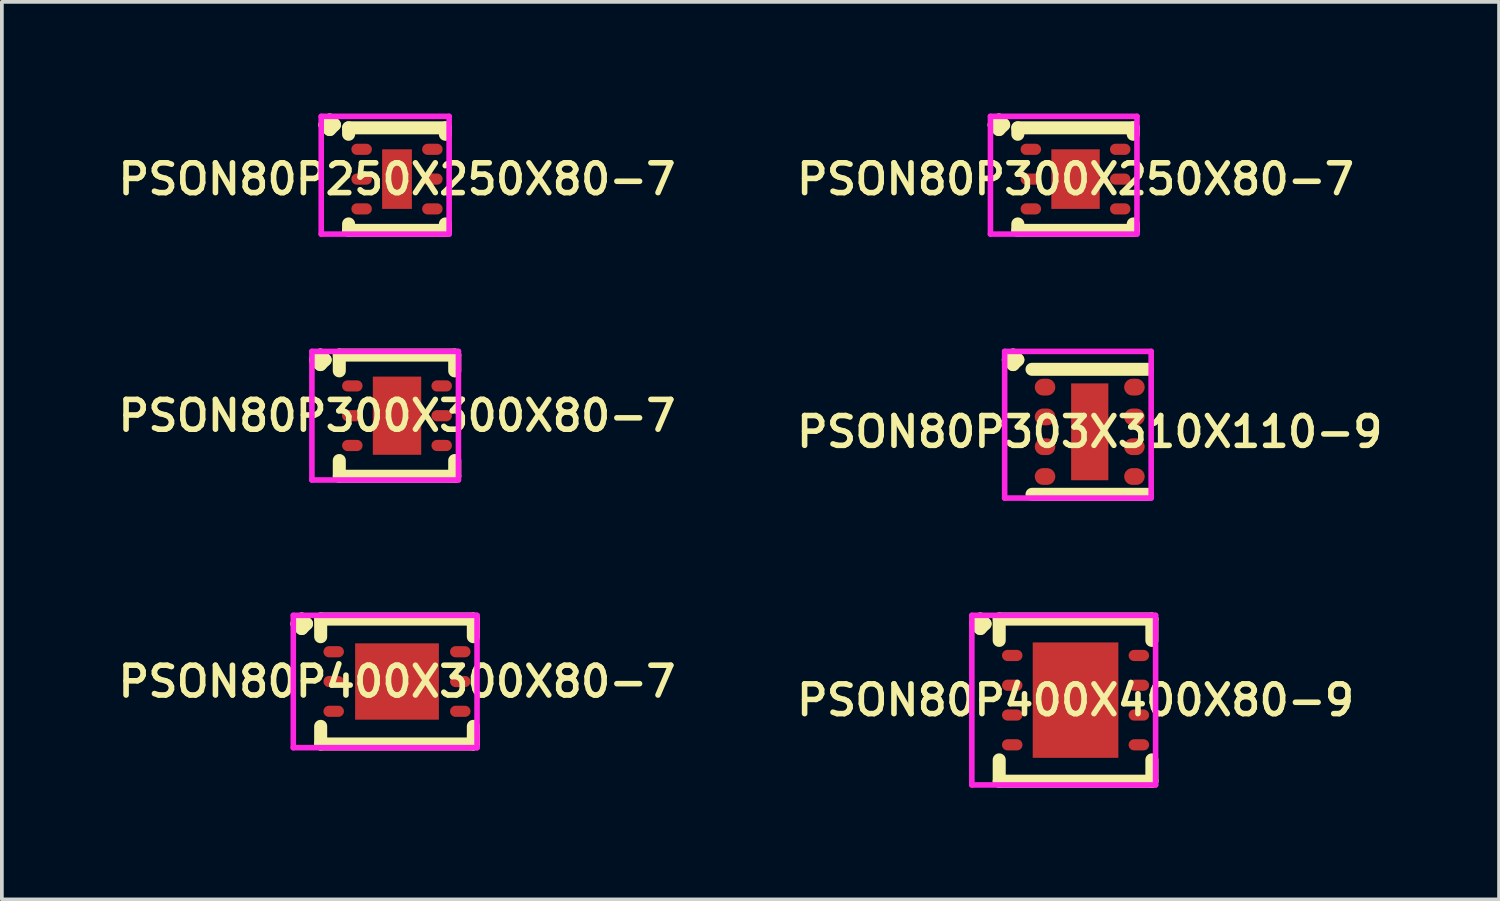
<source format=kicad_pcb>
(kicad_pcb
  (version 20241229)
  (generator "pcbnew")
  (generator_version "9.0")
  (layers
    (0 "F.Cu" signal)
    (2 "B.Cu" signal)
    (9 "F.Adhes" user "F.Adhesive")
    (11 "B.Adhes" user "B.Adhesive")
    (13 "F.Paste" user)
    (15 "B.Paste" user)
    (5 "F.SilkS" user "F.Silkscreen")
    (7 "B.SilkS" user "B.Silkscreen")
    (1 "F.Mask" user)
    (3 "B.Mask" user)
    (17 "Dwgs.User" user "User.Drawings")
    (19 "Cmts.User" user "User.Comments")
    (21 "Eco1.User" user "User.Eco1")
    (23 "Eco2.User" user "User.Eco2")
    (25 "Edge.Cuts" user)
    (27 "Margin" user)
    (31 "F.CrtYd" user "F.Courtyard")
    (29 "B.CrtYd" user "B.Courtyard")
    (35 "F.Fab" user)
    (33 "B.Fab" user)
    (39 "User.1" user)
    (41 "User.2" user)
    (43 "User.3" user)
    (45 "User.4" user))
  (footprint "PSON80P400X300X80-7"
    (layer "F.Cu")
    (at 7.612 15.253)
    (property "Reference" "PSON80P400X300X80-7" (at 0 0 0) (layer "F.SilkS") (effects (font (size 0.8 0.8) (thickness 0.15))))
    (attr smd)
    (fp_line (start -2.685 -1.55) (end -2.558 -1.677) (stroke (width 0.35) (type solid)) (layer "F.SilkS"))
    (fp_line (start -2.558 -1.677) (end -2.431 -1.55) (stroke (width 0.35) (type solid)) (layer "F.SilkS"))
    (fp_line (start -2.558 -1.423) (end -2.685 -1.55) (stroke (width 0.35) (type solid)) (layer "F.SilkS"))
    (fp_line (start -2.431 -1.55) (end -2.558 -1.423) (stroke (width 0.35) (type solid)) (layer "F.SilkS"))
    (fp_line (start -2.05 -1.677) (end 2.05 -1.677) (stroke (width 0.35) (type solid)) (layer "F.SilkS"))
    (fp_line (start -2.05 -1.204) (end -2.05 -1.677) (stroke (width 0.35) (type solid)) (layer "F.SilkS"))
    (fp_line (start -2.05 1.204) (end -2.05 1.677) (stroke (width 0.35) (type solid)) (layer "F.SilkS"))
    (fp_line (start -2.05 1.677) (end 2.05 1.677) (stroke (width 0.35) (type solid)) (layer "F.SilkS"))
    (fp_line (start 2.05 -1.677) (end 2.05 -1.204) (stroke (width 0.35) (type solid)) (layer "F.SilkS"))
    (fp_line (start 2.05 1.677) (end 2.05 1.204) (stroke (width 0.35) (type solid)) (layer "F.SilkS"))
    (fp_line (start -2.785 -1.777) (end 2.15 -1.777) (stroke (width 0.15) (type solid)) (layer "F.CrtYd"))
    (fp_line (start -2.785 1.777) (end -2.785 -1.777) (stroke (width 0.15) (type solid)) (layer "F.CrtYd"))
    (fp_line (start 2.15 -1.777) (end 2.15 1.777) (stroke (width 0.15) (type solid)) (layer "F.CrtYd"))
    (fp_line (start 2.15 1.777) (end -2.785 1.777) (stroke (width 0.15) (type solid)) (layer "F.CrtYd"))
    (pad "1" smd oval (at -1.7 -0.8) (size 0.55 0.3) (layers "F.Cu" "F.Mask" "F.Paste"))
    (pad "2" smd oval (at -1.7 0) (size 0.55 0.3) (layers "F.Cu" "F.Mask" "F.Paste"))
    (pad "3" smd oval (at -1.7 0.8) (size 0.55 0.3) (layers "F.Cu" "F.Mask" "F.Paste"))
    (pad "4" smd oval (at 1.7 0.8) (size 0.55 0.3) (layers "F.Cu" "F.Mask" "F.Paste"))
    (pad "5" smd oval (at 1.7 0) (size 0.55 0.3) (layers "F.Cu" "F.Mask" "F.Paste"))
    (pad "6" smd oval (at 1.7 -0.8) (size 0.55 0.3) (layers "F.Cu" "F.Mask" "F.Paste"))
    (pad "7" smd rect (at 0 0) (size 2.25 2.05) (layers "F.Cu" "F.Mask" "F.Paste")))
  (footprint "PSON80P303X310X110-9"
    (layer "F.Cu")
    (at 26.216 8.547)
    (property "Reference" "PSON80P303X310X110-9" (at 0 0 0) (layer "F.SilkS") (effects (font (size 0.8 0.8) (thickness 0.15))))
    (attr smd)
    (fp_line (start -2.185 -1.933) (end -2.058 -2.06) (stroke (width 0.35) (type solid)) (layer "F.SilkS"))
    (fp_line (start -2.058 -2.06) (end -1.931 -1.933) (stroke (width 0.35) (type solid)) (layer "F.SilkS"))
    (fp_line (start -2.058 -1.806) (end -2.185 -1.933) (stroke (width 0.35) (type solid)) (layer "F.SilkS"))
    (fp_line (start -1.931 -1.933) (end -2.058 -1.806) (stroke (width 0.35) (type solid)) (layer "F.SilkS"))
    (fp_line (start -1.55 -1.679) (end 1.55 -1.679) (stroke (width 0.35) (type solid)) (layer "F.SilkS"))
    (fp_line (start -1.55 1.679) (end 1.55 1.679) (stroke (width 0.35) (type solid)) (layer "F.SilkS"))
    (fp_line (start -2.285 -2.16) (end 1.65 -2.16) (stroke (width 0.15) (type solid)) (layer "F.CrtYd"))
    (fp_line (start -2.285 1.779) (end -2.285 -2.16) (stroke (width 0.15) (type solid)) (layer "F.CrtYd"))
    (fp_line (start 1.65 -2.16) (end 1.65 1.779) (stroke (width 0.15) (type solid)) (layer "F.CrtYd"))
    (fp_line (start 1.65 1.779) (end -2.285 1.779) (stroke (width 0.15) (type solid)) (layer "F.CrtYd"))
    (pad "1" smd oval (at -1.2 -1.2) (size 0.55 0.45) (layers "F.Cu" "F.Mask" "F.Paste"))
    (pad "2" smd oval (at -1.2 -0.4) (size 0.55 0.45) (layers "F.Cu" "F.Mask" "F.Paste"))
    (pad "3" smd oval (at -1.2 0.4) (size 0.55 0.45) (layers "F.Cu" "F.Mask" "F.Paste"))
    (pad "4" smd oval (at -1.2 1.2) (size 0.55 0.45) (layers "F.Cu" "F.Mask" "F.Paste"))
    (pad "5" smd oval (at 1.2 1.2) (size 0.55 0.45) (layers "F.Cu" "F.Mask" "F.Paste"))
    (pad "6" smd oval (at 1.2 0.4) (size 0.55 0.45) (layers "F.Cu" "F.Mask" "F.Paste"))
    (pad "7" smd oval (at 1.2 -0.4) (size 0.55 0.45) (layers "F.Cu" "F.Mask" "F.Paste"))
    (pad "8" smd oval (at 1.2 -1.2) (size 0.55 0.45) (layers "F.Cu" "F.Mask" "F.Paste"))
    (pad "9" smd rect (at 0 0) (size 1 2.6) (layers "F.Cu" "F.Mask" "F.Paste")))
  (footprint "PSON80P300X250X80-7"
    (layer "F.Cu")
    (at 25.835 1.76)
    (property "Reference" "PSON80P300X250X80-7" (at 0 0 0) (layer "F.SilkS") (effects (font (size 0.8 0.8) (thickness 0.15))))
    (attr smd)
    (fp_line (start -2.185 -1.458) (end -2.058 -1.585) (stroke (width 0.35) (type solid)) (layer "F.SilkS"))
    (fp_line (start -2.058 -1.585) (end -1.931 -1.458) (stroke (width 0.35) (type solid)) (layer "F.SilkS"))
    (fp_line (start -2.058 -1.331) (end -2.185 -1.458) (stroke (width 0.35) (type solid)) (layer "F.SilkS"))
    (fp_line (start -1.931 -1.458) (end -2.058 -1.331) (stroke (width 0.35) (type solid)) (layer "F.SilkS"))
    (fp_line (start -1.55 -1.377) (end 1.55 -1.377) (stroke (width 0.35) (type solid)) (layer "F.SilkS"))
    (fp_line (start -1.55 -1.204) (end -1.55 -1.377) (stroke (width 0.35) (type solid)) (layer "F.SilkS"))
    (fp_line (start -1.55 1.204) (end -1.55 1.377) (stroke (width 0.35) (type solid)) (layer "F.SilkS"))
    (fp_line (start -1.55 1.377) (end 1.55 1.377) (stroke (width 0.35) (type solid)) (layer "F.SilkS"))
    (fp_line (start 1.55 -1.377) (end 1.55 -1.204) (stroke (width 0.35) (type solid)) (layer "F.SilkS"))
    (fp_line (start 1.55 1.377) (end 1.55 1.204) (stroke (width 0.35) (type solid)) (layer "F.SilkS"))
    (fp_line (start -2.285 -1.685) (end 1.65 -1.685) (stroke (width 0.15) (type solid)) (layer "F.CrtYd"))
    (fp_line (start -2.285 1.477) (end -2.285 -1.685) (stroke (width 0.15) (type solid)) (layer "F.CrtYd"))
    (fp_line (start 1.65 -1.685) (end 1.65 1.477) (stroke (width 0.15) (type solid)) (layer "F.CrtYd"))
    (fp_line (start 1.65 1.477) (end -2.285 1.477) (stroke (width 0.15) (type solid)) (layer "F.CrtYd"))
    (pad "1" smd oval (at -1.2 -0.8) (size 0.55 0.3) (layers "F.Cu" "F.Mask" "F.Paste"))
    (pad "2" smd oval (at -1.2 0) (size 0.55 0.3) (layers "F.Cu" "F.Mask" "F.Paste"))
    (pad "3" smd oval (at -1.2 0.8) (size 0.55 0.3) (layers "F.Cu" "F.Mask" "F.Paste"))
    (pad "4" smd oval (at 1.2 0.8) (size 0.55 0.3) (layers "F.Cu" "F.Mask" "F.Paste"))
    (pad "5" smd oval (at 1.2 0) (size 0.55 0.3) (layers "F.Cu" "F.Mask" "F.Paste"))
    (pad "6" smd oval (at 1.2 -0.8) (size 0.55 0.3) (layers "F.Cu" "F.Mask" "F.Paste"))
    (pad "7" smd rect (at 0 0) (size 1.3 1.6) (layers "F.Cu" "F.Mask" "F.Paste")))
  (footprint "PSON80P250X250X80-7"
    (layer "F.Cu")
    (at 7.612 1.76)
    (property "Reference" "PSON80P250X250X80-7" (at 0 0 0) (layer "F.SilkS") (effects (font (size 0.8 0.8) (thickness 0.15))))
    (attr smd)
    (fp_line (start -1.935 -1.458) (end -1.808 -1.585) (stroke (width 0.35) (type solid)) (layer "F.SilkS"))
    (fp_line (start -1.808 -1.585) (end -1.681 -1.458) (stroke (width 0.35) (type solid)) (layer "F.SilkS"))
    (fp_line (start -1.808 -1.331) (end -1.935 -1.458) (stroke (width 0.35) (type solid)) (layer "F.SilkS"))
    (fp_line (start -1.681 -1.458) (end -1.808 -1.331) (stroke (width 0.35) (type solid)) (layer "F.SilkS"))
    (fp_line (start -1.3 -1.377) (end 1.3 -1.377) (stroke (width 0.35) (type solid)) (layer "F.SilkS"))
    (fp_line (start -1.3 -1.204) (end -1.3 -1.377) (stroke (width 0.35) (type solid)) (layer "F.SilkS"))
    (fp_line (start -1.3 1.204) (end -1.3 1.377) (stroke (width 0.35) (type solid)) (layer "F.SilkS"))
    (fp_line (start -1.3 1.377) (end 1.3 1.377) (stroke (width 0.35) (type solid)) (layer "F.SilkS"))
    (fp_line (start 1.3 -1.377) (end 1.3 -1.204) (stroke (width 0.35) (type solid)) (layer "F.SilkS"))
    (fp_line (start 1.3 1.377) (end 1.3 1.204) (stroke (width 0.35) (type solid)) (layer "F.SilkS"))
    (fp_line (start -2.035 -1.685) (end 1.4 -1.685) (stroke (width 0.15) (type solid)) (layer "F.CrtYd"))
    (fp_line (start -2.035 1.477) (end -2.035 -1.685) (stroke (width 0.15) (type solid)) (layer "F.CrtYd"))
    (fp_line (start 1.4 -1.685) (end 1.4 1.477) (stroke (width 0.15) (type solid)) (layer "F.CrtYd"))
    (fp_line (start 1.4 1.477) (end -2.035 1.477) (stroke (width 0.15) (type solid)) (layer "F.CrtYd"))
    (pad "1" smd oval (at -0.95 -0.8) (size 0.55 0.3) (layers "F.Cu" "F.Mask" "F.Paste"))
    (pad "2" smd oval (at -0.95 0) (size 0.55 0.3) (layers "F.Cu" "F.Mask" "F.Paste"))
    (pad "3" smd oval (at -0.95 0.8) (size 0.55 0.3) (layers "F.Cu" "F.Mask" "F.Paste"))
    (pad "4" smd oval (at 0.95 0.8) (size 0.55 0.3) (layers "F.Cu" "F.Mask" "F.Paste"))
    (pad "5" smd oval (at 0.95 0) (size 0.55 0.3) (layers "F.Cu" "F.Mask" "F.Paste"))
    (pad "6" smd oval (at 0.95 -0.8) (size 0.55 0.3) (layers "F.Cu" "F.Mask" "F.Paste"))
    (pad "7" smd rect (at 0 0) (size 0.8 1.6) (layers "F.Cu" "F.Mask" "F.Paste")))
  (footprint "PSON80P400X400X80-9"
    (layer "F.Cu")
    (at 25.835 15.753)
    (property "Reference" "PSON80P400X400X80-9" (at 0 0 0) (layer "F.SilkS") (effects (font (size 0.8 0.8) (thickness 0.15))))
    (attr smd)
    (fp_line (start -2.685 -2.05) (end -2.558 -2.177) (stroke (width 0.35) (type solid)) (layer "F.SilkS"))
    (fp_line (start -2.558 -2.177) (end -2.431 -2.05) (stroke (width 0.35) (type solid)) (layer "F.SilkS"))
    (fp_line (start -2.558 -1.923) (end -2.685 -2.05) (stroke (width 0.35) (type solid)) (layer "F.SilkS"))
    (fp_line (start -2.431 -2.05) (end -2.558 -1.923) (stroke (width 0.35) (type solid)) (layer "F.SilkS"))
    (fp_line (start -2.05 -2.177) (end 2.05 -2.177) (stroke (width 0.35) (type solid)) (layer "F.SilkS"))
    (fp_line (start -2.05 -1.604) (end -2.05 -2.177) (stroke (width 0.35) (type solid)) (layer "F.SilkS"))
    (fp_line (start -2.05 1.604) (end -2.05 2.177) (stroke (width 0.35) (type solid)) (layer "F.SilkS"))
    (fp_line (start -2.05 2.177) (end 2.05 2.177) (stroke (width 0.35) (type solid)) (layer "F.SilkS"))
    (fp_line (start 2.05 -2.177) (end 2.05 -1.604) (stroke (width 0.35) (type solid)) (layer "F.SilkS"))
    (fp_line (start 2.05 2.177) (end 2.05 1.604) (stroke (width 0.35) (type solid)) (layer "F.SilkS"))
    (fp_line (start -2.785 -2.277) (end 2.15 -2.277) (stroke (width 0.15) (type solid)) (layer "F.CrtYd"))
    (fp_line (start -2.785 2.277) (end -2.785 -2.277) (stroke (width 0.15) (type solid)) (layer "F.CrtYd"))
    (fp_line (start 2.15 -2.277) (end 2.15 2.277) (stroke (width 0.15) (type solid)) (layer "F.CrtYd"))
    (fp_line (start 2.15 2.277) (end -2.785 2.277) (stroke (width 0.15) (type solid)) (layer "F.CrtYd"))
    (pad "1" smd oval (at -1.7 -1.2) (size 0.55 0.3) (layers "F.Cu" "F.Mask" "F.Paste"))
    (pad "2" smd oval (at -1.7 -0.4) (size 0.55 0.3) (layers "F.Cu" "F.Mask" "F.Paste"))
    (pad "3" smd oval (at -1.7 0.4) (size 0.55 0.3) (layers "F.Cu" "F.Mask" "F.Paste"))
    (pad "4" smd oval (at -1.7 1.2) (size 0.55 0.3) (layers "F.Cu" "F.Mask" "F.Paste"))
    (pad "5" smd oval (at 1.7 1.2) (size 0.55 0.3) (layers "F.Cu" "F.Mask" "F.Paste"))
    (pad "6" smd oval (at 1.7 0.4) (size 0.55 0.3) (layers "F.Cu" "F.Mask" "F.Paste"))
    (pad "7" smd oval (at 1.7 -0.4) (size 0.55 0.3) (layers "F.Cu" "F.Mask" "F.Paste"))
    (pad "8" smd oval (at 1.7 -1.2) (size 0.55 0.3) (layers "F.Cu" "F.Mask" "F.Paste"))
    (pad "9" smd rect (at 0 0) (size 2.3 3.1) (layers "F.Cu" "F.Mask" "F.Paste")))
  (footprint "PSON80P300X300X80-7"
    (layer "F.Cu")
    (at 7.612 8.114)
    (property "Reference" "PSON80P300X300X80-7" (at 0 0 0) (layer "F.SilkS") (effects (font (size 0.8 0.8) (thickness 0.15))))
    (attr smd)
    (fp_line (start -2.185 -1.5) (end -2.058 -1.627) (stroke (width 0.35) (type solid)) (layer "F.SilkS"))
    (fp_line (start -2.058 -1.627) (end -1.931 -1.5) (stroke (width 0.35) (type solid)) (layer "F.SilkS"))
    (fp_line (start -2.058 -1.373) (end -2.185 -1.5) (stroke (width 0.35) (type solid)) (layer "F.SilkS"))
    (fp_line (start -1.931 -1.5) (end -2.058 -1.373) (stroke (width 0.35) (type solid)) (layer "F.SilkS"))
    (fp_line (start -1.55 -1.627) (end 1.55 -1.627) (stroke (width 0.35) (type solid)) (layer "F.SilkS"))
    (fp_line (start -1.55 -1.204) (end -1.55 -1.627) (stroke (width 0.35) (type solid)) (layer "F.SilkS"))
    (fp_line (start -1.55 1.204) (end -1.55 1.627) (stroke (width 0.35) (type solid)) (layer "F.SilkS"))
    (fp_line (start -1.55 1.627) (end 1.55 1.627) (stroke (width 0.35) (type solid)) (layer "F.SilkS"))
    (fp_line (start 1.55 -1.627) (end 1.55 -1.204) (stroke (width 0.35) (type solid)) (layer "F.SilkS"))
    (fp_line (start 1.55 1.627) (end 1.55 1.204) (stroke (width 0.35) (type solid)) (layer "F.SilkS"))
    (fp_line (start -2.285 -1.727) (end 1.65 -1.727) (stroke (width 0.15) (type solid)) (layer "F.CrtYd"))
    (fp_line (start -2.285 1.727) (end -2.285 -1.727) (stroke (width 0.15) (type solid)) (layer "F.CrtYd"))
    (fp_line (start 1.65 -1.727) (end 1.65 1.727) (stroke (width 0.15) (type solid)) (layer "F.CrtYd"))
    (fp_line (start 1.65 1.727) (end -2.285 1.727) (stroke (width 0.15) (type solid)) (layer "F.CrtYd"))
    (pad "1" smd oval (at -1.2 -0.8) (size 0.55 0.3) (layers "F.Cu" "F.Mask" "F.Paste"))
    (pad "2" smd oval (at -1.2 0) (size 0.55 0.3) (layers "F.Cu" "F.Mask" "F.Paste"))
    (pad "3" smd oval (at -1.2 0.8) (size 0.55 0.3) (layers "F.Cu" "F.Mask" "F.Paste"))
    (pad "4" smd oval (at 1.2 0.8) (size 0.55 0.3) (layers "F.Cu" "F.Mask" "F.Paste"))
    (pad "5" smd oval (at 1.2 0) (size 0.55 0.3) (layers "F.Cu" "F.Mask" "F.Paste"))
    (pad "6" smd oval (at 1.2 -0.8) (size 0.55 0.3) (layers "F.Cu" "F.Mask" "F.Paste"))
    (pad "7" smd rect (at 0 0) (size 1.3 2.1) (layers "F.Cu" "F.Mask" "F.Paste")))
  (gr_rect
    (start -3 -3)
    (end 37.209 21.105)
    (stroke (width 0.1) (type default))
    (fill no)
    (layer "Edge.Cuts")))
</source>
